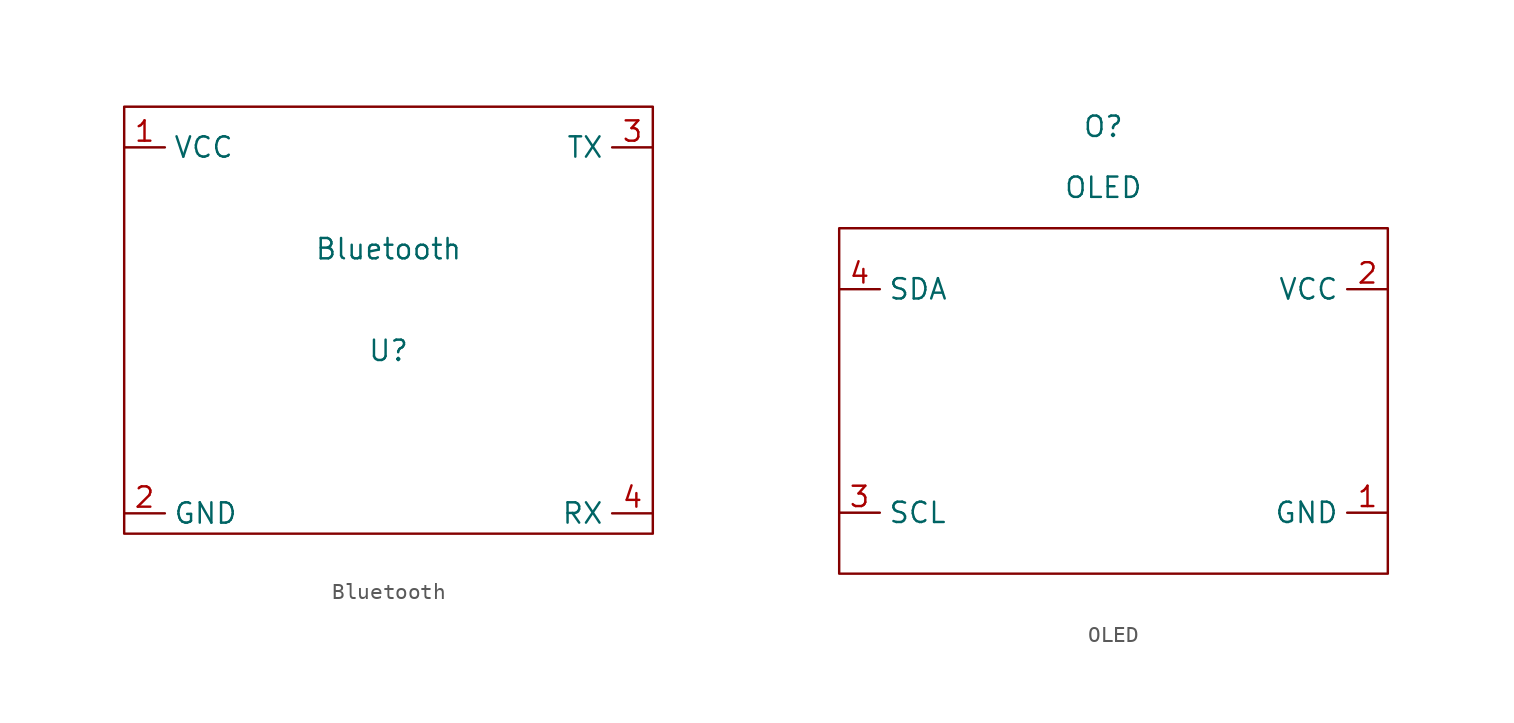
<source format=kicad_sym>
(kicad_symbol_lib
  (version 20211014)
  (generator kicad_symbol_editor)
  (symbol "Bluetooth"
    (property "Reference" "U"
      (at 0 0 0)
      (effects (font (size 1.27 1.27))))
    (property "Value" "Bluetooth"
      (at 0 6.35 0)
      (effects (font (size 1.27 1.27))))
    (symbol "Bluetooth_0_1"
      (rectangle (start -16.51 15.24) (end 16.51 -11.43) (stroke (width 0) (type default) (color 0 0 0 0)) (fill (type none))))
    (symbol "Bluetooth_1_1"
      (pin bidirectional line (at -16.51 12.7 0) (length 2.54) (name "VCC" (effects (font (size 1.27 1.27)))) (number "1" (effects (font (size 1.27 1.27)))))
      (pin bidirectional line (at -16.51 -10.16 0) (length 2.54) (name "GND" (effects (font (size 1.27 1.27)))) (number "2" (effects (font (size 1.27 1.27)))))
      (pin bidirectional line (at 16.51 12.7 180) (length 2.54) (name "TX" (effects (font (size 1.27 1.27)))) (number "3" (effects (font (size 1.27 1.27)))))
      (pin bidirectional line (at 16.51 -10.16 180) (length 2.54) (name "RX" (effects (font (size 1.27 1.27)))) (number "4" (effects (font (size 1.27 1.27)))))))
  (symbol "OLED"
    (property "Reference" "O"
      (at 0 3.81 0)
      (effects (font (size 1.27 1.27))))
    (property "Value" "OLED"
      (at 0 0 0)
      (effects (font (size 1.27 1.27))))
    (symbol "OLED_0_1"
      (rectangle (start -16.51 -2.54) (end 17.78 -24.13) (stroke (width 0) (type default) (color 0 0 0 0)) (fill (type none))))
    (symbol "OLED_1_1"
      (pin bidirectional line (at 17.78 -20.32 180) (length 2.54) (name "GND" (effects (font (size 1.27 1.27)))) (number "1" (effects (font (size 1.27 1.27)))))
      (pin bidirectional line (at 17.78 -6.35 180) (length 2.54) (name "VCC" (effects (font (size 1.27 1.27)))) (number "2" (effects (font (size 1.27 1.27)))))
      (pin bidirectional line (at -16.51 -20.32 0) (length 2.54) (name "SCL" (effects (font (size 1.27 1.27)))) (number "3" (effects (font (size 1.27 1.27)))))
      (pin bidirectional line (at -16.51 -6.35 0) (length 2.54) (name "SDA" (effects (font (size 1.27 1.27)))) (number "4" (effects (font (size 1.27 1.27))))))))
</source>
